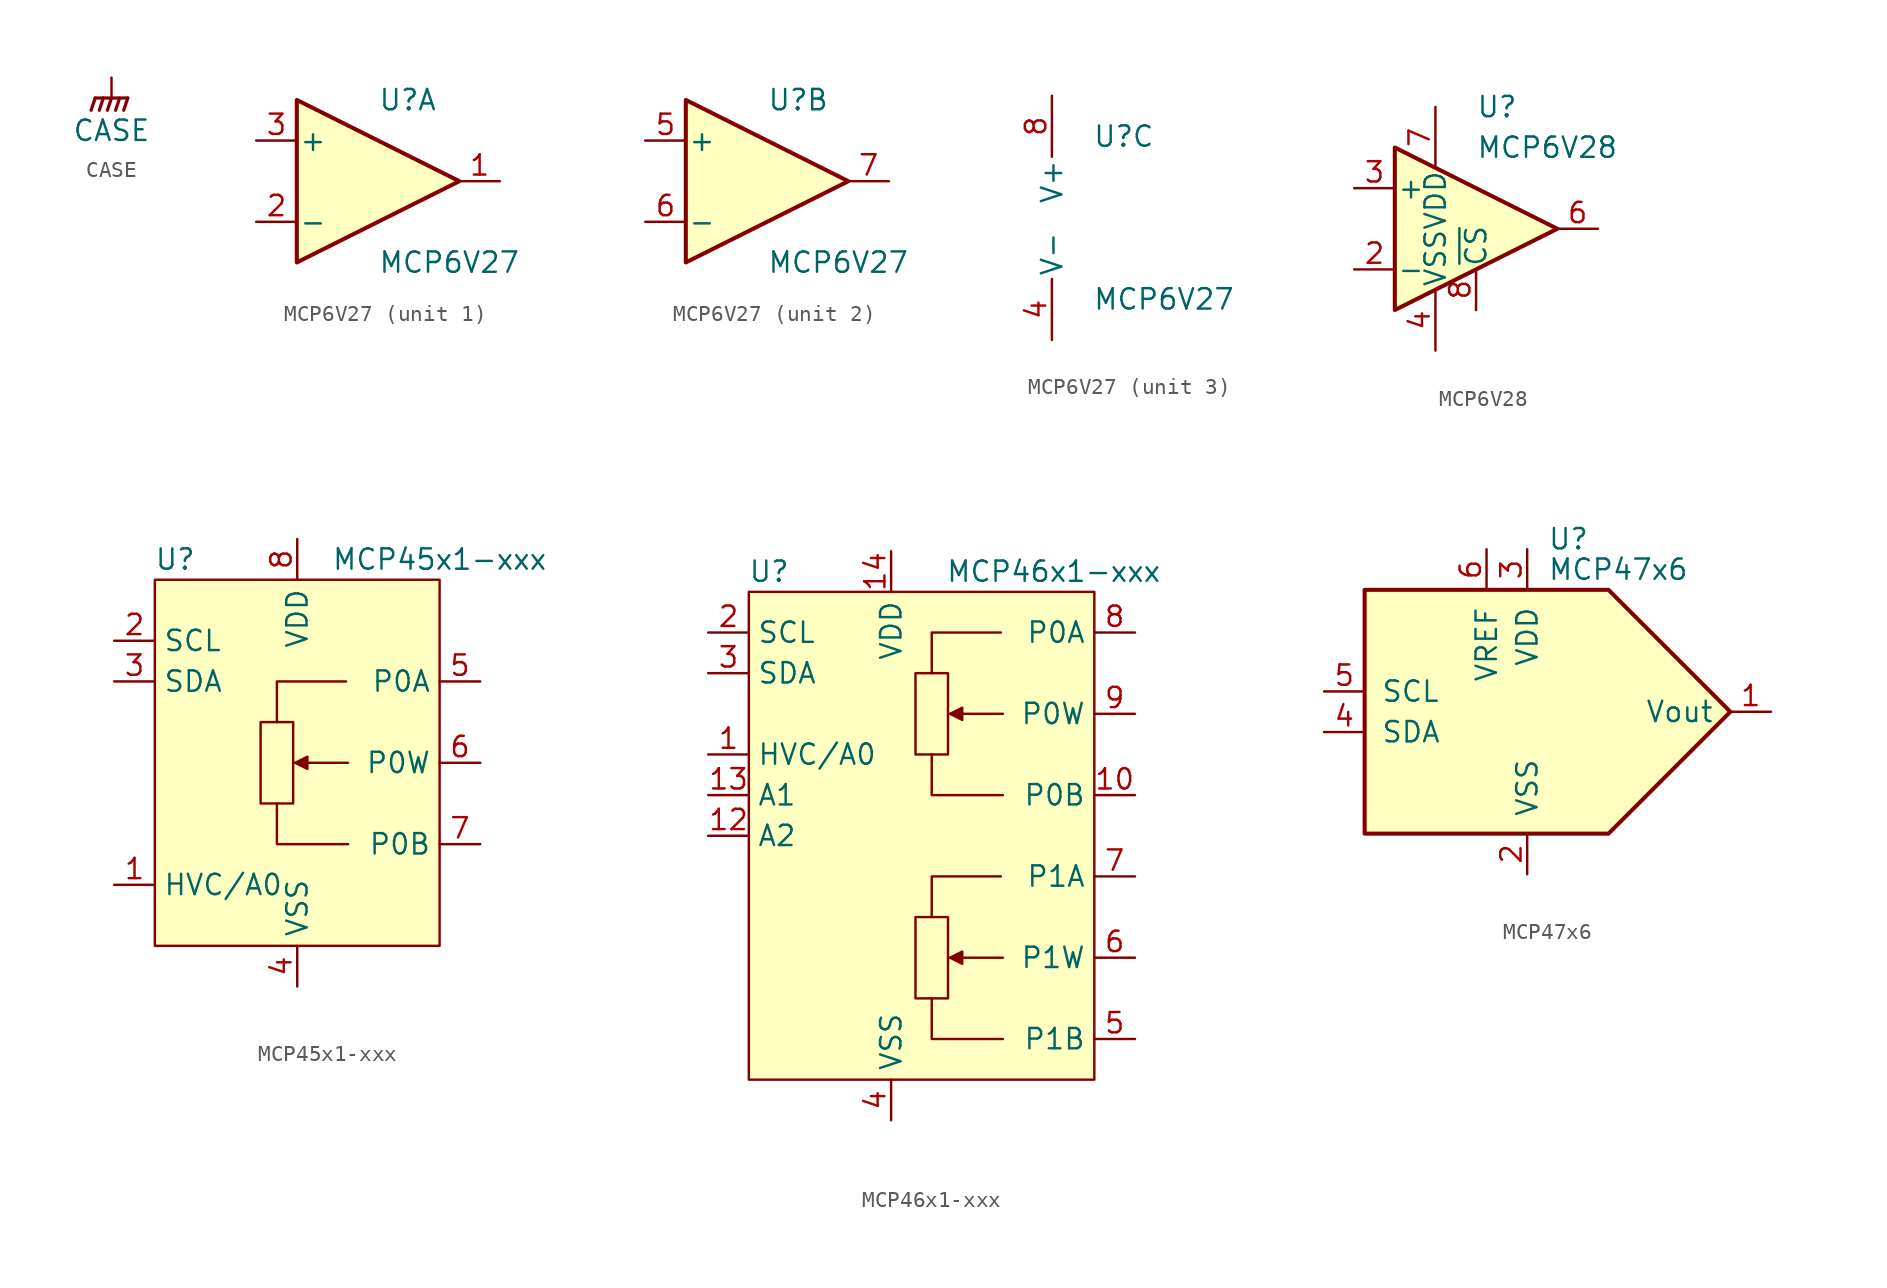
<source format=kicad_sym>
(kicad_symbol_lib
  (version 20201005)
  (generator kicad_symbol_editor)
  (symbol "unisolder:CASE"
    (power)
    (pin_names
      (offset 0))
    (property "Reference" "#PWR"
      (at 0 -5.08 0)
      (effects (font (size 1.27 1.27)) hide))
    (property "Value" "CASE"
      (at 0 -3.302 0)
      (effects (font (size 1.27 1.27))))
    (symbol "CASE_0_1"
      (polyline (pts (xy 0 -1.27) (xy 0 0)) (stroke (width 0)) (fill (type none)))
      (polyline (pts (xy -1.016 -1.27) (xy -1.27 -2.032) (xy -1.27 -2.032)) (stroke (width 0.203)) (fill (type none)))
      (polyline (pts (xy -0.508 -1.27) (xy -0.762 -2.032) (xy -0.762 -2.032)) (stroke (width 0.203)) (fill (type none)))
      (polyline (pts (xy 0 -1.27) (xy -0.254 -2.032) (xy -0.254 -2.032)) (stroke (width 0.203)) (fill (type none)))
      (polyline (pts (xy 0.508 -1.27) (xy 0.254 -2.032) (xy 0.254 -2.032)) (stroke (width 0.203)) (fill (type none)))
      (polyline (pts (xy 1.016 -1.27) (xy -1.016 -1.27) (xy -1.016 -1.27)) (stroke (width 0.203)) (fill (type none)))
      (polyline (pts (xy 1.016 -1.27) (xy 0.762 -2.032) (xy 0.762 -2.032) (xy 0.762 -2.032)) (stroke (width 0.203)) (fill (type none))))
    (symbol "CASE_1_1"
      (pin power_in line (at 0 0 270) (length 0) hide (name "GNDPWR" (effects (font (size 1.27 1.27)))) (number "1" (effects (font (size 1.27 1.27)))))))
  (symbol "unisolder:MCP6V27"
    (pin_names
      (offset 0.127))
    (property "Reference" "U"
      (at 0 5.08 0)
      (effects (font (size 1.27 1.27)) (justify left)))
    (property "Value" "MCP6V27"
      (at 0 -5.08 0)
      (effects (font (size 1.27 1.27)) (justify left)))
    (property "ki_locked" ""
      (at 0 0 0)
      (effects (font (size 1.27 1.27))))
    (symbol "MCP6V27_1_1"
      (polyline (pts (xy -5.08 5.08) (xy 5.08 0) (xy -5.08 -5.08) (xy -5.08 5.08)) (stroke (width 0.254)) (fill (type background)))
      (pin output line (at 7.62 0 180) (length 2.54) (name "~" (effects (font (size 1.27 1.27)))) (number "1" (effects (font (size 1.27 1.27)))))
      (pin input line (at -7.62 -2.54 0) (length 2.54) (name "-" (effects (font (size 1.27 1.27)))) (number "2" (effects (font (size 1.27 1.27)))))
      (pin input line (at -7.62 2.54 0) (length 2.54) (name "+" (effects (font (size 1.27 1.27)))) (number "3" (effects (font (size 1.27 1.27))))))
    (symbol "MCP6V27_2_1"
      (polyline (pts (xy -5.08 5.08) (xy 5.08 0) (xy -5.08 -5.08) (xy -5.08 5.08)) (stroke (width 0.254)) (fill (type background)))
      (pin input line (at -7.62 2.54 0) (length 2.54) (name "+" (effects (font (size 1.27 1.27)))) (number "5" (effects (font (size 1.27 1.27)))))
      (pin input line (at -7.62 -2.54 0) (length 2.54) (name "-" (effects (font (size 1.27 1.27)))) (number "6" (effects (font (size 1.27 1.27)))))
      (pin output line (at 7.62 0 180) (length 2.54) (name "~" (effects (font (size 1.27 1.27)))) (number "7" (effects (font (size 1.27 1.27))))))
    (symbol "MCP6V27_3_1"
      (pin power_in line (at -2.54 -7.62 90) (length 3.81) (name "V-" (effects (font (size 1.27 1.27)))) (number "4" (effects (font (size 1.27 1.27)))))
      (pin power_in line (at -2.54 7.62 270) (length 3.81) (name "V+" (effects (font (size 1.27 1.27)))) (number "8" (effects (font (size 1.27 1.27)))))))
  (symbol "unisolder:MCP6V28"
    (pin_names
      (offset 0.127))
    (property "Reference" "U"
      (at 0 7.62 0)
      (effects (font (size 1.27 1.27)) (justify left)))
    (property "Value" "MCP6V28"
      (at 0 5.08 0)
      (effects (font (size 1.27 1.27)) (justify left)))
    (symbol "MCP6V28_0_1"
      (polyline (pts (xy -5.08 5.08) (xy 5.08 0) (xy -5.08 -5.08) (xy -5.08 5.08)) (stroke (width 0.254)) (fill (type background))))
    (symbol "MCP6V28_1_1"
      (pin input line (at -7.62 -2.54 0) (length 2.54) (name "-" (effects (font (size 1.27 1.27)))) (number "2" (effects (font (size 1.27 1.27)))))
      (pin input line (at -7.62 2.54 0) (length 2.54) (name "+" (effects (font (size 1.27 1.27)))) (number "3" (effects (font (size 1.27 1.27)))))
      (pin power_in line (at -2.54 -7.62 90) (length 3.81) (name "VSS" (effects (font (size 1.27 1.27)))) (number "4" (effects (font (size 1.27 1.27)))))
      (pin output line (at 7.62 0 180) (length 2.54) (name "~" (effects (font (size 1.27 1.27)))) (number "6" (effects (font (size 1.27 1.27)))))
      (pin power_in line (at -2.54 7.62 270) (length 3.81) (name "VDD" (effects (font (size 1.27 1.27)))) (number "7" (effects (font (size 1.27 1.27)))))
      (pin input line (at 0 -5.08 90) (length 2.54) (name "~CS" (effects (font (size 1.27 1.27)))) (number "8" (effects (font (size 1.27 1.27)))))))
  (symbol "unisolder:MCP45x1-xxx"
    (property "Reference" "U"
      (at -7.62 12.7 0)
      (effects (font (size 1.27 1.27))))
    (property "Value" "MCP45x1-xxx"
      (at 8.89 12.7 0)
      (effects (font (size 1.27 1.27))))
    (symbol "MCP45x1-xxx_0_1"
      (rectangle (start -0.254 2.54) (end -2.286 -2.54) (stroke (width 0)) (fill (type none)))
      (rectangle (start -8.89 11.43) (end 8.89 -11.43) (stroke (width 0.152)) (fill (type background)))
      (polyline (pts (xy 3.175 0) (xy -0.127 0)) (stroke (width 0)) (fill (type none)))
      (polyline (pts (xy -1.27 -2.54) (xy -1.27 -5.08) (xy 3.175 -5.08)) (stroke (width 0)) (fill (type none)))
      (polyline (pts (xy -1.27 2.54) (xy -1.27 5.08) (xy 3.048 5.08)) (stroke (width 0)) (fill (type none)))
      (polyline (pts (xy -0.127 0) (xy 0.635 0.381) (xy 0.635 -0.381) (xy -0.127 0)) (stroke (width 0)) (fill (type outline))))
    (symbol "MCP45x1-xxx_1_1"
      (pin input line (at -11.43 -7.62 0) (length 2.54) (name "HVC/A0" (effects (font (size 1.27 1.27)))) (number "1" (effects (font (size 1.27 1.27)))))
      (pin open_collector line (at -11.43 7.62 0) (length 2.54) (name "SCL" (effects (font (size 1.27 1.27)))) (number "2" (effects (font (size 1.27 1.27)))))
      (pin open_collector line (at -11.43 5.08 0) (length 2.54) (name "SDA" (effects (font (size 1.27 1.27)))) (number "3" (effects (font (size 1.27 1.27)))))
      (pin power_in line (at 0 -13.97 90) (length 2.54) (name "VSS" (effects (font (size 1.27 1.27)))) (number "4" (effects (font (size 1.27 1.27)))))
      (pin passive line (at 11.43 5.08 180) (length 2.54) (name "P0A" (effects (font (size 1.27 1.27)))) (number "5" (effects (font (size 1.27 1.27)))))
      (pin passive line (at 11.43 0 180) (length 2.54) (name "P0W" (effects (font (size 1.27 1.27)))) (number "6" (effects (font (size 1.27 1.27)))))
      (pin passive line (at 11.43 -5.08 180) (length 2.54) (name "P0B" (effects (font (size 1.27 1.27)))) (number "7" (effects (font (size 1.27 1.27)))))
      (pin power_in line (at 0 13.97 270) (length 2.54) (name "VDD" (effects (font (size 1.27 1.27)))) (number "8" (effects (font (size 1.27 1.27)))))))
  (symbol "unisolder:MCP46x1-xxx"
    (property "Reference" "U"
      (at -7.62 16.51 0)
      (effects (font (size 1.27 1.27))))
    (property "Value" "MCP46x1-xxx"
      (at 10.16 16.51 0)
      (effects (font (size 1.27 1.27))))
    (symbol "MCP46x1-xxx_0_1"
      (rectangle (start 3.556 -5.08) (end 1.524 -10.16) (stroke (width 0)) (fill (type none)))
      (rectangle (start 3.556 10.16) (end 1.524 5.08) (stroke (width 0)) (fill (type none)))
      (rectangle (start -8.89 15.24) (end 12.7 -15.24) (stroke (width 0.152)) (fill (type background)))
      (polyline (pts (xy 6.985 -7.62) (xy 3.683 -7.62)) (stroke (width 0)) (fill (type none)))
      (polyline (pts (xy 6.985 7.62) (xy 3.683 7.62)) (stroke (width 0)) (fill (type none)))
      (polyline (pts (xy 2.54 -10.16) (xy 2.54 -12.7) (xy 6.985 -12.7)) (stroke (width 0)) (fill (type none)))
      (polyline (pts (xy 2.54 -5.08) (xy 2.54 -2.54) (xy 6.858 -2.54)) (stroke (width 0)) (fill (type none)))
      (polyline (pts (xy 2.54 5.08) (xy 2.54 2.54) (xy 6.985 2.54)) (stroke (width 0)) (fill (type none)))
      (polyline (pts (xy 2.54 10.16) (xy 2.54 12.7) (xy 6.858 12.7)) (stroke (width 0)) (fill (type none)))
      (polyline (pts (xy 3.683 -7.62) (xy 4.445 -7.239) (xy 4.445 -8.001) (xy 3.683 -7.62)) (stroke (width 0)) (fill (type outline)))
      (polyline (pts (xy 3.683 7.62) (xy 4.445 8.001) (xy 4.445 7.239) (xy 3.683 7.62)) (stroke (width 0)) (fill (type outline))))
    (symbol "MCP46x1-xxx_1_1"
      (pin input line (at -11.43 5.08 0) (length 2.54) (name "HVC/A0" (effects (font (size 1.27 1.27)))) (number "1" (effects (font (size 1.27 1.27)))))
      (pin passive line (at 15.24 2.54 180) (length 2.54) (name "P0B" (effects (font (size 1.27 1.27)))) (number "10" (effects (font (size 1.27 1.27)))))
      (pin no_connect line (at -11.43 -11.43 0) (length 2.54) hide (name "NC" (effects (font (size 1.27 1.27)))) (number "11" (effects (font (size 1.27 1.27)))))
      (pin input line (at -11.43 0 0) (length 2.54) (name "A2" (effects (font (size 1.27 1.27)))) (number "12" (effects (font (size 1.27 1.27)))))
      (pin input line (at -11.43 2.54 0) (length 2.54) (name "A1" (effects (font (size 1.27 1.27)))) (number "13" (effects (font (size 1.27 1.27)))))
      (pin power_in line (at 0 17.78 270) (length 2.54) (name "VDD" (effects (font (size 1.27 1.27)))) (number "14" (effects (font (size 1.27 1.27)))))
      (pin open_collector line (at -11.43 12.7 0) (length 2.54) (name "SCL" (effects (font (size 1.27 1.27)))) (number "2" (effects (font (size 1.27 1.27)))))
      (pin open_collector line (at -11.43 10.16 0) (length 2.54) (name "SDA" (effects (font (size 1.27 1.27)))) (number "3" (effects (font (size 1.27 1.27)))))
      (pin power_in line (at 0 -17.78 90) (length 2.54) (name "VSS" (effects (font (size 1.27 1.27)))) (number "4" (effects (font (size 1.27 1.27)))))
      (pin passive line (at 15.24 -12.7 180) (length 2.54) (name "P1B" (effects (font (size 1.27 1.27)))) (number "5" (effects (font (size 1.27 1.27)))))
      (pin passive line (at 15.24 -7.62 180) (length 2.54) (name "P1W" (effects (font (size 1.27 1.27)))) (number "6" (effects (font (size 1.27 1.27)))))
      (pin passive line (at 15.24 -2.54 180) (length 2.54) (name "P1A" (effects (font (size 1.27 1.27)))) (number "7" (effects (font (size 1.27 1.27)))))
      (pin passive line (at 15.24 12.7 180) (length 2.54) (name "P0A" (effects (font (size 1.27 1.27)))) (number "8" (effects (font (size 1.27 1.27)))))
      (pin passive line (at 15.24 7.62 180) (length 2.54) (name "P0W" (effects (font (size 1.27 1.27)))) (number "9" (effects (font (size 1.27 1.27)))))))
  (symbol "unisolder:MCP47x6"
    (pin_names
      (offset 1.016))
    (property "Reference" "U"
      (at 1.27 10.795 0)
      (effects (font (size 1.27 1.27)) (justify left)))
    (property "Value" "MCP47x6"
      (at 1.27 8.89 0)
      (effects (font (size 1.27 1.27)) (justify left)))
    (symbol "MCP47x6_0_0"
      (polyline (pts (xy 12.7 0) (xy 5.08 7.62) (xy -10.16 7.62) (xy -10.16 -7.62) (xy 5.08 -7.62) (xy 12.7 0)) (stroke (width 0.254)) (fill (type background))))
    (symbol "MCP47x6_1_1"
      (pin output line (at 15.24 0 180) (length 2.54) (name "Vout" (effects (font (size 1.27 1.27)))) (number "1" (effects (font (size 1.27 1.27)))))
      (pin power_in line (at 0 -10.16 90) (length 2.54) (name "VSS" (effects (font (size 1.27 1.27)))) (number "2" (effects (font (size 1.27 1.27)))))
      (pin power_in line (at 0 10.16 270) (length 2.54) (name "VDD" (effects (font (size 1.27 1.27)))) (number "3" (effects (font (size 1.27 1.27)))))
      (pin open_collector line (at -12.7 -1.27 0) (length 2.54) (name "SDA" (effects (font (size 1.27 1.27)))) (number "4" (effects (font (size 1.27 1.27)))))
      (pin open_collector line (at -12.7 1.27 0) (length 2.54) (name "SCL" (effects (font (size 1.27 1.27)))) (number "5" (effects (font (size 1.27 1.27)))))
      (pin power_in line (at -2.54 10.16 270) (length 2.54) (name "VREF" (effects (font (size 1.27 1.27)))) (number "6" (effects (font (size 1.27 1.27))))))))
</source>
